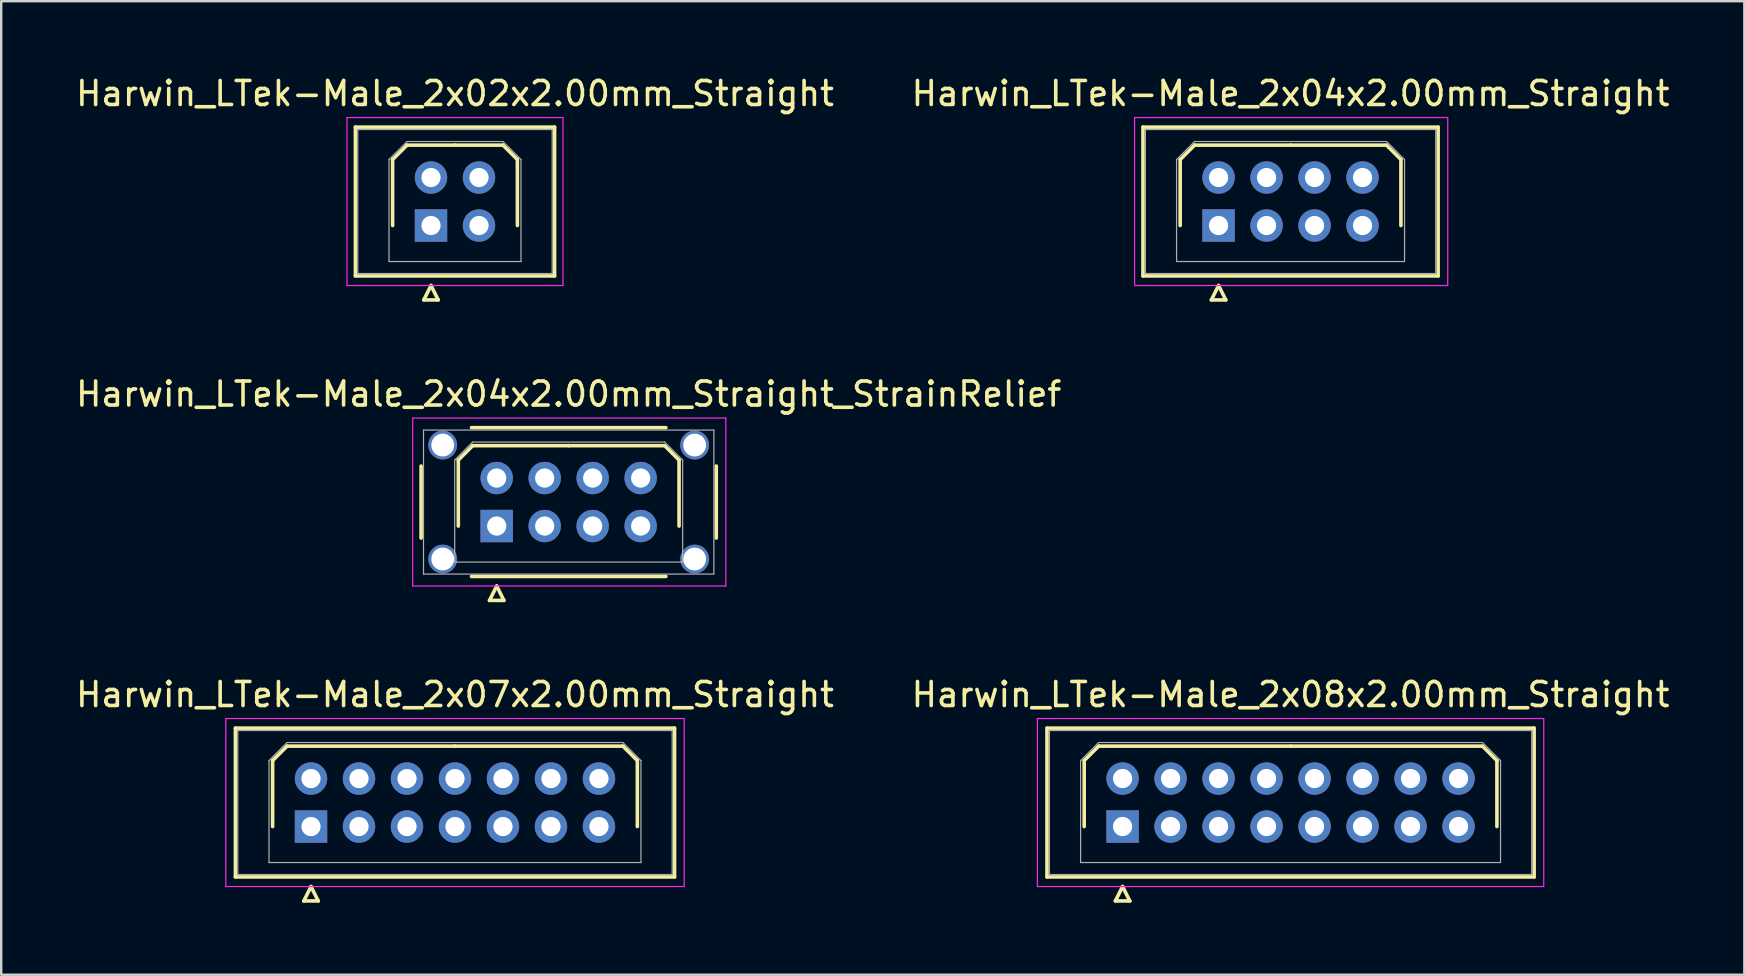
<source format=kicad_pcb>
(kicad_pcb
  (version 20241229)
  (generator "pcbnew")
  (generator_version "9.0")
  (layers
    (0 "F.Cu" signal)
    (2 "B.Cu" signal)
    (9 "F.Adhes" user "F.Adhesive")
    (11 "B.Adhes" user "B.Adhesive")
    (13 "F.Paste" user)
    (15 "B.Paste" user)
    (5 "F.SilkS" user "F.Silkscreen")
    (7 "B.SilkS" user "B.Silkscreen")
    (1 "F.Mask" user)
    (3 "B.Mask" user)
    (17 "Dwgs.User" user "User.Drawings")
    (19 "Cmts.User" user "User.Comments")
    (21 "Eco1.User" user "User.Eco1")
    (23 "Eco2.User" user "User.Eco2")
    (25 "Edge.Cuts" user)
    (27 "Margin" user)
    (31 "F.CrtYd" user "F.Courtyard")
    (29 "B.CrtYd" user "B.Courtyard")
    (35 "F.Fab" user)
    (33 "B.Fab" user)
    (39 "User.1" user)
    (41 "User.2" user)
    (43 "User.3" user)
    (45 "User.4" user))
  (footprint "Harwin_LTek-Male_2x08x2.00mm_Straight"
    (layer "F.Cu")
    (at 43.732 31.395)
    (property "Reference" "Harwin_LTek-Male_2x08x2.00mm_Straight" (at 7 -5.5 0) (layer "F.SilkS") (effects (font (size 1 1) (thickness 0.15))))
    (attr through_hole)
    (fp_line (start -3.15 -4.1) (end -3.15 2.1) (stroke (width 0.15) (type solid)) (layer "F.SilkS"))
    (fp_line (start -3.15 2.1) (end 17.15 2.1) (stroke (width 0.15) (type solid)) (layer "F.SilkS"))
    (fp_line (start -1.6 -2.75) (end -1 -3.35) (stroke (width 0.15) (type solid)) (layer "F.SilkS"))
    (fp_line (start -1.6 0) (end -1.6 -2.75) (stroke (width 0.15) (type solid)) (layer "F.SilkS"))
    (fp_line (start -1 -3.35) (end 7 -3.35) (stroke (width 0.15) (type solid)) (layer "F.SilkS"))
    (fp_line (start -0.3 3.1) (end 0.3 3.1) (stroke (width 0.15) (type solid)) (layer "F.SilkS"))
    (fp_line (start 0 2.5) (end -0.3 3.1) (stroke (width 0.15) (type solid)) (layer "F.SilkS"))
    (fp_line (start 0.3 3.1) (end 0 2.5) (stroke (width 0.15) (type solid)) (layer "F.SilkS"))
    (fp_line (start 15 -3.35) (end 7 -3.35) (stroke (width 0.15) (type solid)) (layer "F.SilkS"))
    (fp_line (start 15.6 -2.75) (end 15 -3.35) (stroke (width 0.15) (type solid)) (layer "F.SilkS"))
    (fp_line (start 15.6 0) (end 15.6 -2.75) (stroke (width 0.15) (type solid)) (layer "F.SilkS"))
    (fp_line (start 17.15 -4.1) (end -3.15 -4.1) (stroke (width 0.15) (type solid)) (layer "F.SilkS"))
    (fp_line (start 17.15 2.1) (end 17.15 -4.1) (stroke (width 0.15) (type solid)) (layer "F.SilkS"))
    (fp_line (start -3.55 -4.5) (end -3.55 2.5) (stroke (width 0.05) (type solid)) (layer "F.CrtYd"))
    (fp_line (start -3.55 2.5) (end 17.55 2.5) (stroke (width 0.05) (type solid)) (layer "F.CrtYd"))
    (fp_line (start 17.55 -4.5) (end -3.55 -4.5) (stroke (width 0.05) (type solid)) (layer "F.CrtYd"))
    (fp_line (start 17.55 2.5) (end 17.55 -4.5) (stroke (width 0.05) (type solid)) (layer "F.CrtYd"))
    (fp_line (start -3.05 -4) (end -3.05 2) (stroke (width 0.05) (type solid)) (layer "F.Fab"))
    (fp_line (start -3.05 2) (end 17.05 2) (stroke (width 0.05) (type solid)) (layer "F.Fab"))
    (fp_line (start -1.75 -2.75) (end -1 -3.5) (stroke (width 0.05) (type solid)) (layer "F.Fab"))
    (fp_line (start -1.75 1.5) (end -1.75 -2.75) (stroke (width 0.05) (type solid)) (layer "F.Fab"))
    (fp_line (start -1 -3.5) (end 15 -3.5) (stroke (width 0.05) (type solid)) (layer "F.Fab"))
    (fp_line (start 15 -3.5) (end 15.75 -2.75) (stroke (width 0.05) (type solid)) (layer "F.Fab"))
    (fp_line (start 15.75 -2.75) (end 15.75 1.5) (stroke (width 0.05) (type solid)) (layer "F.Fab"))
    (fp_line (start 15.75 1.5) (end -1.75 1.5) (stroke (width 0.05) (type solid)) (layer "F.Fab"))
    (fp_line (start 17.05 -4) (end -3.05 -4) (stroke (width 0.05) (type solid)) (layer "F.Fab"))
    (fp_line (start 17.05 2) (end 17.05 -4) (stroke (width 0.05) (type solid)) (layer "F.Fab"))
    (pad "1" thru_hole rect (at 0 0) (size 1.35 1.35) (drill 0.8) (layers "*.Cu" "*.Mask"))
    (pad "2" thru_hole circle (at 0 -2) (size 1.35 1.35) (drill 0.8) (layers "*.Cu" "*.Mask"))
    (pad "3" thru_hole circle (at 2 0) (size 1.35 1.35) (drill 0.8) (layers "*.Cu" "*.Mask"))
    (pad "4" thru_hole circle (at 2 -2) (size 1.35 1.35) (drill 0.8) (layers "*.Cu" "*.Mask"))
    (pad "5" thru_hole circle (at 4 0) (size 1.35 1.35) (drill 0.8) (layers "*.Cu" "*.Mask"))
    (pad "6" thru_hole circle (at 4 -2) (size 1.35 1.35) (drill 0.8) (layers "*.Cu" "*.Mask"))
    (pad "7" thru_hole circle (at 6 0) (size 1.35 1.35) (drill 0.8) (layers "*.Cu" "*.Mask"))
    (pad "8" thru_hole circle (at 6 -2) (size 1.35 1.35) (drill 0.8) (layers "*.Cu" "*.Mask"))
    (pad "9" thru_hole circle (at 8 0) (size 1.35 1.35) (drill 0.8) (layers "*.Cu" "*.Mask"))
    (pad "10" thru_hole circle (at 8 -2) (size 1.35 1.35) (drill 0.8) (layers "*.Cu" "*.Mask"))
    (pad "11" thru_hole circle (at 10 0) (size 1.35 1.35) (drill 0.8) (layers "*.Cu" "*.Mask"))
    (pad "12" thru_hole circle (at 10 -2) (size 1.35 1.35) (drill 0.8) (layers "*.Cu" "*.Mask"))
    (pad "13" thru_hole circle (at 12 0) (size 1.35 1.35) (drill 0.8) (layers "*.Cu" "*.Mask"))
    (pad "14" thru_hole circle (at 12 -2) (size 1.35 1.35) (drill 0.8) (layers "*.Cu" "*.Mask"))
    (pad "15" thru_hole circle (at 14 0) (size 1.35 1.35) (drill 0.8) (layers "*.Cu" "*.Mask"))
    (pad "16" thru_hole circle (at 14 -2) (size 1.35 1.35) (drill 0.8) (layers "*.Cu" "*.Mask")))
  (footprint "Harwin_LTek-Male_2x02x2.00mm_Straight"
    (layer "F.Cu")
    (at 14.911 6.348)
    (property "Reference" "Harwin_LTek-Male_2x02x2.00mm_Straight" (at 1 -5.5 0) (layer "F.SilkS") (effects (font (size 1 1) (thickness 0.15))))
    (attr through_hole)
    (fp_line (start -3.15 -4.1) (end -3.15 2.1) (stroke (width 0.15) (type solid)) (layer "F.SilkS"))
    (fp_line (start -3.15 2.1) (end 5.15 2.1) (stroke (width 0.15) (type solid)) (layer "F.SilkS"))
    (fp_line (start -1.6 -2.75) (end -1 -3.35) (stroke (width 0.15) (type solid)) (layer "F.SilkS"))
    (fp_line (start -1.6 0) (end -1.6 -2.75) (stroke (width 0.15) (type solid)) (layer "F.SilkS"))
    (fp_line (start -1 -3.35) (end 1 -3.35) (stroke (width 0.15) (type solid)) (layer "F.SilkS"))
    (fp_line (start -0.3 3.1) (end 0.3 3.1) (stroke (width 0.15) (type solid)) (layer "F.SilkS"))
    (fp_line (start 0 2.5) (end -0.3 3.1) (stroke (width 0.15) (type solid)) (layer "F.SilkS"))
    (fp_line (start 0.3 3.1) (end 0 2.5) (stroke (width 0.15) (type solid)) (layer "F.SilkS"))
    (fp_line (start 3 -3.35) (end 1 -3.35) (stroke (width 0.15) (type solid)) (layer "F.SilkS"))
    (fp_line (start 3.6 -2.75) (end 3 -3.35) (stroke (width 0.15) (type solid)) (layer "F.SilkS"))
    (fp_line (start 3.6 0) (end 3.6 -2.75) (stroke (width 0.15) (type solid)) (layer "F.SilkS"))
    (fp_line (start 5.15 -4.1) (end -3.15 -4.1) (stroke (width 0.15) (type solid)) (layer "F.SilkS"))
    (fp_line (start 5.15 2.1) (end 5.15 -4.1) (stroke (width 0.15) (type solid)) (layer "F.SilkS"))
    (fp_line (start -3.5 -4.5) (end -3.5 2.5) (stroke (width 0.05) (type solid)) (layer "F.CrtYd"))
    (fp_line (start -3.5 2.5) (end 5.5 2.5) (stroke (width 0.05) (type solid)) (layer "F.CrtYd"))
    (fp_line (start 5.5 -4.5) (end -3.5 -4.5) (stroke (width 0.05) (type solid)) (layer "F.CrtYd"))
    (fp_line (start 5.5 2.5) (end 5.5 -4.5) (stroke (width 0.05) (type solid)) (layer "F.CrtYd"))
    (fp_line (start -3.05 -4) (end -3.05 2) (stroke (width 0.05) (type solid)) (layer "F.Fab"))
    (fp_line (start -3.05 2) (end 5.05 2) (stroke (width 0.05) (type solid)) (layer "F.Fab"))
    (fp_line (start -1.75 -2.75) (end -1 -3.5) (stroke (width 0.05) (type solid)) (layer "F.Fab"))
    (fp_line (start -1.75 1.5) (end -1.75 -2.75) (stroke (width 0.05) (type solid)) (layer "F.Fab"))
    (fp_line (start -1 -3.5) (end 3 -3.5) (stroke (width 0.05) (type solid)) (layer "F.Fab"))
    (fp_line (start 3 -3.5) (end 3.75 -2.75) (stroke (width 0.05) (type solid)) (layer "F.Fab"))
    (fp_line (start 3.75 -2.75) (end 3.75 1.5) (stroke (width 0.05) (type solid)) (layer "F.Fab"))
    (fp_line (start 3.75 1.5) (end -1.75 1.5) (stroke (width 0.05) (type solid)) (layer "F.Fab"))
    (fp_line (start 5.05 -4) (end -3.05 -4) (stroke (width 0.05) (type solid)) (layer "F.Fab"))
    (fp_line (start 5.05 2) (end 5.05 -4) (stroke (width 0.05) (type solid)) (layer "F.Fab"))
    (pad "1" thru_hole rect (at 0 0) (size 1.35 1.35) (drill 0.8) (layers "*.Cu" "*.Mask"))
    (pad "2" thru_hole circle (at 0 -2) (size 1.35 1.35) (drill 0.8) (layers "*.Cu" "*.Mask"))
    (pad "3" thru_hole circle (at 2 0) (size 1.35 1.35) (drill 0.8) (layers "*.Cu" "*.Mask"))
    (pad "4" thru_hole circle (at 2 -2) (size 1.35 1.35) (drill 0.8) (layers "*.Cu" "*.Mask")))
  (footprint "Harwin_LTek-Male_2x04x2.00mm_Straight"
    (layer "F.Cu")
    (at 47.732 6.348)
    (property "Reference" "Harwin_LTek-Male_2x04x2.00mm_Straight" (at 3 -5.5 0) (layer "F.SilkS") (effects (font (size 1 1) (thickness 0.15))))
    (attr through_hole)
    (fp_line (start -3.15 -4.1) (end -3.15 2.1) (stroke (width 0.15) (type solid)) (layer "F.SilkS"))
    (fp_line (start -3.15 2.1) (end 9.15 2.1) (stroke (width 0.15) (type solid)) (layer "F.SilkS"))
    (fp_line (start -1.6 -2.75) (end -1 -3.35) (stroke (width 0.15) (type solid)) (layer "F.SilkS"))
    (fp_line (start -1.6 0) (end -1.6 -2.75) (stroke (width 0.15) (type solid)) (layer "F.SilkS"))
    (fp_line (start -1 -3.35) (end 3 -3.35) (stroke (width 0.15) (type solid)) (layer "F.SilkS"))
    (fp_line (start -0.3 3.1) (end 0.3 3.1) (stroke (width 0.15) (type solid)) (layer "F.SilkS"))
    (fp_line (start 0 2.5) (end -0.3 3.1) (stroke (width 0.15) (type solid)) (layer "F.SilkS"))
    (fp_line (start 0.3 3.1) (end 0 2.5) (stroke (width 0.15) (type solid)) (layer "F.SilkS"))
    (fp_line (start 7 -3.35) (end 3 -3.35) (stroke (width 0.15) (type solid)) (layer "F.SilkS"))
    (fp_line (start 7.6 -2.75) (end 7 -3.35) (stroke (width 0.15) (type solid)) (layer "F.SilkS"))
    (fp_line (start 7.6 0) (end 7.6 -2.75) (stroke (width 0.15) (type solid)) (layer "F.SilkS"))
    (fp_line (start 9.15 -4.1) (end -3.15 -4.1) (stroke (width 0.15) (type solid)) (layer "F.SilkS"))
    (fp_line (start 9.15 2.1) (end 9.15 -4.1) (stroke (width 0.15) (type solid)) (layer "F.SilkS"))
    (fp_line (start -3.5 -4.5) (end -3.5 2.5) (stroke (width 0.05) (type solid)) (layer "F.CrtYd"))
    (fp_line (start -3.5 2.5) (end 9.55 2.5) (stroke (width 0.05) (type solid)) (layer "F.CrtYd"))
    (fp_line (start 9.55 -4.5) (end -3.5 -4.5) (stroke (width 0.05) (type solid)) (layer "F.CrtYd"))
    (fp_line (start 9.55 2.5) (end 9.55 -4.5) (stroke (width 0.05) (type solid)) (layer "F.CrtYd"))
    (fp_line (start -3.05 -4) (end -3.05 2) (stroke (width 0.05) (type solid)) (layer "F.Fab"))
    (fp_line (start -3.05 2) (end 9.05 2) (stroke (width 0.05) (type solid)) (layer "F.Fab"))
    (fp_line (start -1.75 -2.75) (end -1 -3.5) (stroke (width 0.05) (type solid)) (layer "F.Fab"))
    (fp_line (start -1.75 1.5) (end -1.75 -2.75) (stroke (width 0.05) (type solid)) (layer "F.Fab"))
    (fp_line (start -1 -3.5) (end 7 -3.5) (stroke (width 0.05) (type solid)) (layer "F.Fab"))
    (fp_line (start 7 -3.5) (end 7.75 -2.75) (stroke (width 0.05) (type solid)) (layer "F.Fab"))
    (fp_line (start 7.75 -2.75) (end 7.75 1.5) (stroke (width 0.05) (type solid)) (layer "F.Fab"))
    (fp_line (start 7.75 1.5) (end -1.75 1.5) (stroke (width 0.05) (type solid)) (layer "F.Fab"))
    (fp_line (start 9.05 -4) (end -3.05 -4) (stroke (width 0.05) (type solid)) (layer "F.Fab"))
    (fp_line (start 9.05 2) (end 9.05 -4) (stroke (width 0.05) (type solid)) (layer "F.Fab"))
    (pad "1" thru_hole rect (at 0 0) (size 1.35 1.35) (drill 0.8) (layers "*.Cu" "*.Mask"))
    (pad "2" thru_hole circle (at 0 -2) (size 1.35 1.35) (drill 0.8) (layers "*.Cu" "*.Mask"))
    (pad "3" thru_hole circle (at 2 0) (size 1.35 1.35) (drill 0.8) (layers "*.Cu" "*.Mask"))
    (pad "4" thru_hole circle (at 2 -2) (size 1.35 1.35) (drill 0.8) (layers "*.Cu" "*.Mask"))
    (pad "5" thru_hole circle (at 4 0) (size 1.35 1.35) (drill 0.8) (layers "*.Cu" "*.Mask"))
    (pad "6" thru_hole circle (at 4 -2) (size 1.35 1.35) (drill 0.8) (layers "*.Cu" "*.Mask"))
    (pad "7" thru_hole circle (at 6 0) (size 1.35 1.35) (drill 0.8) (layers "*.Cu" "*.Mask"))
    (pad "8" thru_hole circle (at 6 -2) (size 1.35 1.35) (drill 0.8) (layers "*.Cu" "*.Mask")))
  (footprint "Harwin_LTek-Male_2x07x2.00mm_Straight"
    (layer "F.Cu")
    (at 9.911 31.395)
    (property "Reference" "Harwin_LTek-Male_2x07x2.00mm_Straight" (at 6 -5.5 0) (layer "F.SilkS") (effects (font (size 1 1) (thickness 0.15))))
    (attr through_hole)
    (fp_line (start -3.15 -4.1) (end -3.15 2.1) (stroke (width 0.15) (type solid)) (layer "F.SilkS"))
    (fp_line (start -3.15 2.1) (end 15.15 2.1) (stroke (width 0.15) (type solid)) (layer "F.SilkS"))
    (fp_line (start -1.6 -2.75) (end -1 -3.35) (stroke (width 0.15) (type solid)) (layer "F.SilkS"))
    (fp_line (start -1.6 0) (end -1.6 -2.75) (stroke (width 0.15) (type solid)) (layer "F.SilkS"))
    (fp_line (start -1 -3.35) (end 6 -3.35) (stroke (width 0.15) (type solid)) (layer "F.SilkS"))
    (fp_line (start -0.3 3.1) (end 0.3 3.1) (stroke (width 0.15) (type solid)) (layer "F.SilkS"))
    (fp_line (start 0 2.5) (end -0.3 3.1) (stroke (width 0.15) (type solid)) (layer "F.SilkS"))
    (fp_line (start 0.3 3.1) (end 0 2.5) (stroke (width 0.15) (type solid)) (layer "F.SilkS"))
    (fp_line (start 13 -3.35) (end 6 -3.35) (stroke (width 0.15) (type solid)) (layer "F.SilkS"))
    (fp_line (start 13.6 -2.75) (end 13 -3.35) (stroke (width 0.15) (type solid)) (layer "F.SilkS"))
    (fp_line (start 13.6 0) (end 13.6 -2.75) (stroke (width 0.15) (type solid)) (layer "F.SilkS"))
    (fp_line (start 15.15 -4.1) (end -3.15 -4.1) (stroke (width 0.15) (type solid)) (layer "F.SilkS"))
    (fp_line (start 15.15 2.1) (end 15.15 -4.1) (stroke (width 0.15) (type solid)) (layer "F.SilkS"))
    (fp_line (start -3.55 -4.5) (end -3.55 2.5) (stroke (width 0.05) (type solid)) (layer "F.CrtYd"))
    (fp_line (start -3.55 2.5) (end 15.55 2.5) (stroke (width 0.05) (type solid)) (layer "F.CrtYd"))
    (fp_line (start 15.55 -4.5) (end -3.55 -4.5) (stroke (width 0.05) (type solid)) (layer "F.CrtYd"))
    (fp_line (start 15.55 2.5) (end 15.55 -4.5) (stroke (width 0.05) (type solid)) (layer "F.CrtYd"))
    (fp_line (start -3.05 -4) (end -3.05 2) (stroke (width 0.05) (type solid)) (layer "F.Fab"))
    (fp_line (start -3.05 2) (end 15.05 2) (stroke (width 0.05) (type solid)) (layer "F.Fab"))
    (fp_line (start -1.75 -2.75) (end -1 -3.5) (stroke (width 0.05) (type solid)) (layer "F.Fab"))
    (fp_line (start -1.75 1.5) (end -1.75 -2.75) (stroke (width 0.05) (type solid)) (layer "F.Fab"))
    (fp_line (start -1 -3.5) (end 13 -3.5) (stroke (width 0.05) (type solid)) (layer "F.Fab"))
    (fp_line (start 13 -3.5) (end 13.75 -2.75) (stroke (width 0.05) (type solid)) (layer "F.Fab"))
    (fp_line (start 13.75 -2.75) (end 13.75 1.5) (stroke (width 0.05) (type solid)) (layer "F.Fab"))
    (fp_line (start 13.75 1.5) (end -1.75 1.5) (stroke (width 0.05) (type solid)) (layer "F.Fab"))
    (fp_line (start 15.05 -4) (end -3.05 -4) (stroke (width 0.05) (type solid)) (layer "F.Fab"))
    (fp_line (start 15.05 2) (end 15.05 -4) (stroke (width 0.05) (type solid)) (layer "F.Fab"))
    (pad "1" thru_hole rect (at 0 0) (size 1.35 1.35) (drill 0.8) (layers "*.Cu" "*.Mask"))
    (pad "2" thru_hole circle (at 0 -2) (size 1.35 1.35) (drill 0.8) (layers "*.Cu" "*.Mask"))
    (pad "3" thru_hole circle (at 2 0) (size 1.35 1.35) (drill 0.8) (layers "*.Cu" "*.Mask"))
    (pad "4" thru_hole circle (at 2 -2) (size 1.35 1.35) (drill 0.8) (layers "*.Cu" "*.Mask"))
    (pad "5" thru_hole circle (at 4 0) (size 1.35 1.35) (drill 0.8) (layers "*.Cu" "*.Mask"))
    (pad "6" thru_hole circle (at 4 -2) (size 1.35 1.35) (drill 0.8) (layers "*.Cu" "*.Mask"))
    (pad "7" thru_hole circle (at 6 0) (size 1.35 1.35) (drill 0.8) (layers "*.Cu" "*.Mask"))
    (pad "8" thru_hole circle (at 6 -2) (size 1.35 1.35) (drill 0.8) (layers "*.Cu" "*.Mask"))
    (pad "9" thru_hole circle (at 8 0) (size 1.35 1.35) (drill 0.8) (layers "*.Cu" "*.Mask"))
    (pad "10" thru_hole circle (at 8 -2) (size 1.35 1.35) (drill 0.8) (layers "*.Cu" "*.Mask"))
    (pad "11" thru_hole circle (at 10 0) (size 1.35 1.35) (drill 0.8) (layers "*.Cu" "*.Mask"))
    (pad "12" thru_hole circle (at 10 -2) (size 1.35 1.35) (drill 0.8) (layers "*.Cu" "*.Mask"))
    (pad "13" thru_hole circle (at 12 0) (size 1.35 1.35) (drill 0.8) (layers "*.Cu" "*.Mask"))
    (pad "14" thru_hole circle (at 12 -2) (size 1.35 1.35) (drill 0.8) (layers "*.Cu" "*.Mask")))
  (footprint "Harwin_LTek-Male_2x04x2.00mm_Straight_StrainRelief"
    (layer "F.Cu")
    (at 17.649 18.872)
    (property "Reference" "Harwin_LTek-Male_2x04x2.00mm_Straight_StrainRelief" (at 3 -5.5 0) (layer "F.SilkS") (effects (font (size 1 1) (thickness 0.15))))
    (attr through_hole)
    (fp_line (start -3.15 -2.5) (end -3.15 0.5) (stroke (width 0.15) (type solid)) (layer "F.SilkS"))
    (fp_line (start -1.6 -2.75) (end -1 -3.35) (stroke (width 0.15) (type solid)) (layer "F.SilkS"))
    (fp_line (start -1.6 0) (end -1.6 -2.75) (stroke (width 0.15) (type solid)) (layer "F.SilkS"))
    (fp_line (start -1.05 -4.1) (end 7.05 -4.1) (stroke (width 0.15) (type solid)) (layer "F.SilkS"))
    (fp_line (start -1.05 2.1) (end 7.05 2.1) (stroke (width 0.15) (type solid)) (layer "F.SilkS"))
    (fp_line (start -1 -3.35) (end 3 -3.35) (stroke (width 0.15) (type solid)) (layer "F.SilkS"))
    (fp_line (start -0.3 3.1) (end 0.3 3.1) (stroke (width 0.15) (type solid)) (layer "F.SilkS"))
    (fp_line (start 0 2.5) (end -0.3 3.1) (stroke (width 0.15) (type solid)) (layer "F.SilkS"))
    (fp_line (start 0.3 3.1) (end 0 2.5) (stroke (width 0.15) (type solid)) (layer "F.SilkS"))
    (fp_line (start 7 -3.35) (end 3 -3.35) (stroke (width 0.15) (type solid)) (layer "F.SilkS"))
    (fp_line (start 7.6 -2.75) (end 7 -3.35) (stroke (width 0.15) (type solid)) (layer "F.SilkS"))
    (fp_line (start 7.6 0) (end 7.6 -2.75) (stroke (width 0.15) (type solid)) (layer "F.SilkS"))
    (fp_line (start 9.15 -2.5) (end 9.15 0.5) (stroke (width 0.15) (type solid)) (layer "F.SilkS"))
    (fp_line (start -3.5 -4.5) (end -3.5 2.5) (stroke (width 0.05) (type solid)) (layer "F.CrtYd"))
    (fp_line (start -3.5 2.5) (end 9.55 2.5) (stroke (width 0.05) (type solid)) (layer "F.CrtYd"))
    (fp_line (start 9.55 -4.5) (end -3.5 -4.5) (stroke (width 0.05) (type solid)) (layer "F.CrtYd"))
    (fp_line (start 9.55 2.5) (end 9.55 -4.5) (stroke (width 0.05) (type solid)) (layer "F.CrtYd"))
    (fp_line (start -3.05 -4) (end -3.05 2) (stroke (width 0.05) (type solid)) (layer "F.Fab"))
    (fp_line (start -3.05 2) (end 9.05 2) (stroke (width 0.05) (type solid)) (layer "F.Fab"))
    (fp_line (start -1.75 -2.75) (end -1 -3.5) (stroke (width 0.05) (type solid)) (layer "F.Fab"))
    (fp_line (start -1.75 1.5) (end -1.75 -2.75) (stroke (width 0.05) (type solid)) (layer "F.Fab"))
    (fp_line (start -1 -3.5) (end 7 -3.5) (stroke (width 0.05) (type solid)) (layer "F.Fab"))
    (fp_line (start 7 -3.5) (end 7.75 -2.75) (stroke (width 0.05) (type solid)) (layer "F.Fab"))
    (fp_line (start 7.75 -2.75) (end 7.75 1.5) (stroke (width 0.05) (type solid)) (layer "F.Fab"))
    (fp_line (start 7.75 1.5) (end -1.75 1.5) (stroke (width 0.05) (type solid)) (layer "F.Fab"))
    (fp_line (start 9.05 -4) (end -3.05 -4) (stroke (width 0.05) (type solid)) (layer "F.Fab"))
    (fp_line (start 9.05 2) (end 9.05 -4) (stroke (width 0.05) (type solid)) (layer "F.Fab"))
    (pad "" thru_hole circle (at -2.25 -3.375) (size 1.2 1.2) (drill 0.95) (layers "*.Cu" "*.Mask"))
    (pad "" thru_hole circle (at -2.25 1.375) (size 1.2 1.2) (drill 0.95) (layers "*.Cu" "*.Mask"))
    (pad "" thru_hole circle (at 8.25 -3.375) (size 1.2 1.2) (drill 0.95) (layers "*.Cu" "*.Mask"))
    (pad "" thru_hole circle (at 8.25 1.375) (size 1.2 1.2) (drill 0.95) (layers "*.Cu" "*.Mask"))
    (pad "1" thru_hole rect (at 0 0) (size 1.35 1.35) (drill 0.8) (layers "*.Cu" "*.Mask"))
    (pad "2" thru_hole circle (at 0 -2) (size 1.35 1.35) (drill 0.8) (layers "*.Cu" "*.Mask"))
    (pad "3" thru_hole circle (at 2 0) (size 1.35 1.35) (drill 0.8) (layers "*.Cu" "*.Mask"))
    (pad "4" thru_hole circle (at 2 -2) (size 1.35 1.35) (drill 0.8) (layers "*.Cu" "*.Mask"))
    (pad "5" thru_hole circle (at 4 0) (size 1.35 1.35) (drill 0.8) (layers "*.Cu" "*.Mask"))
    (pad "6" thru_hole circle (at 4 -2) (size 1.35 1.35) (drill 0.8) (layers "*.Cu" "*.Mask"))
    (pad "7" thru_hole circle (at 6 0) (size 1.35 1.35) (drill 0.8) (layers "*.Cu" "*.Mask"))
    (pad "8" thru_hole circle (at 6 -2) (size 1.35 1.35) (drill 0.8) (layers "*.Cu" "*.Mask")))
  (gr_rect
    (start -3 -3)
    (end 69.643 37.57)
    (stroke (width 0.1) (type default))
    (fill no)
    (layer "Edge.Cuts")))
</source>
